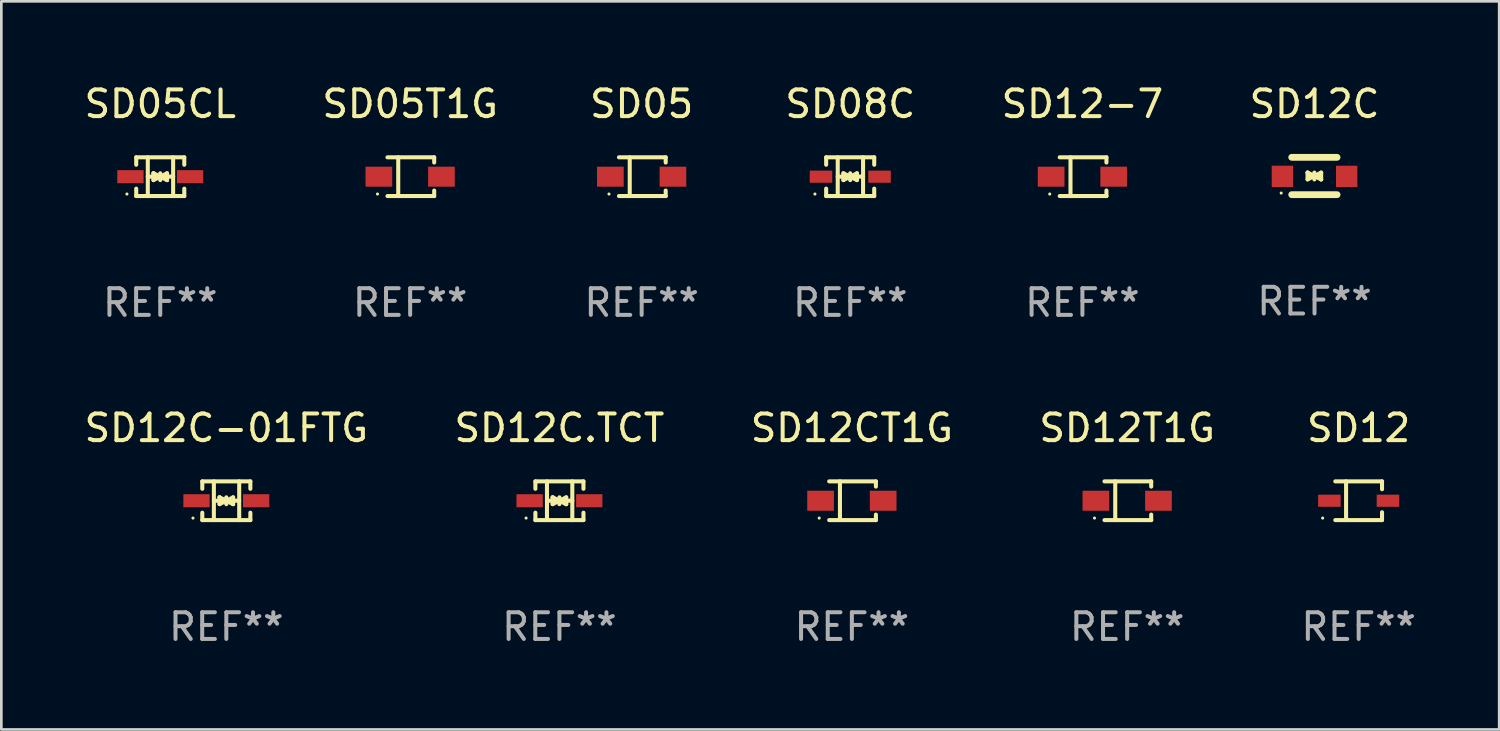
<source format=kicad_pcb>
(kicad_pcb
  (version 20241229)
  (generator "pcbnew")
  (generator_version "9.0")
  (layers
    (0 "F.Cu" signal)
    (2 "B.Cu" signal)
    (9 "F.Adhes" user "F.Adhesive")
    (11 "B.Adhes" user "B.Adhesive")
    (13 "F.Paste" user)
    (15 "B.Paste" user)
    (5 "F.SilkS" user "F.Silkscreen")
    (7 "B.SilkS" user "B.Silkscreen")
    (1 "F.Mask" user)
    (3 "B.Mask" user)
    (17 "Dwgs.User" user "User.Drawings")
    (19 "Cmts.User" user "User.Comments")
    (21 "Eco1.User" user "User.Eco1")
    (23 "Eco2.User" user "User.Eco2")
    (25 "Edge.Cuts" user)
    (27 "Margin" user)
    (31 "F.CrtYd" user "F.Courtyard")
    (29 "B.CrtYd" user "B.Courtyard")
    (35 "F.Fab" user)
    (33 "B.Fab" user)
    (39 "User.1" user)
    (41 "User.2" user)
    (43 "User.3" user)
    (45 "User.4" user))
  (footprint "SD12-7"
    (layer "F.Cu")
    (at 37.53 3.574)
    (property "Reference" "SD12-7" (at 0 -2.726 0) (layer "F.SilkS") (effects (font (size 1 1) (thickness 0.15))))
    (attr through_hole)
    (fp_line (start -0.851 -0.726) (end 0.901 -0.726) (stroke (width 0.152) (type solid)) (layer "F.SilkS"))
    (fp_line (start -0.851 0.726) (end 0.901 0.726) (stroke (width 0.152) (type solid)) (layer "F.SilkS"))
    (fp_line (start -0.447 -0.726) (end -0.447 0.726) (stroke (width 0.152) (type solid)) (layer "F.SilkS"))
    (fp_line (start 0.901 -0.726) (end 0.901 -0.53) (stroke (width 0.152) (type solid)) (layer "F.SilkS"))
    (fp_line (start 0.901 0.726) (end 0.901 0.52) (stroke (width 0.152) (type solid)) (layer "F.SilkS"))
    (fp_circle (center -1.225 0.65) (end -1.195 0.65) (stroke (width 0.06) (type solid)) (fill no) (layer "F.SilkS"))
    (fp_text user "REF**" (at 0 4.726 0) (layer "F.Fab") (effects (font (size 1 1) (thickness 0.15))))
    (pad "1" smd rect (at -1.173 0) (size 1 0.75) (layers "F.Cu" "F.Mask" "F.Paste"))
    (pad "2" smd rect (at 1.173 0) (size 1 0.75) (layers "F.Cu" "F.Mask" "F.Paste")))
  (footprint "SD05CL"
    (layer "F.Cu")
    (at 2.958 3.574)
    (property "Reference" "SD05CL" (at 0 -2.726 0) (layer "F.SilkS") (effects (font (size 1 1) (thickness 0.15))))
    (attr through_hole)
    (fp_line (start -0.901 -0.726) (end -0.901 -0.448) (stroke (width 0.152) (type solid)) (layer "F.SilkS"))
    (fp_line (start -0.901 0.726) (end -0.901 0.448) (stroke (width 0.152) (type solid)) (layer "F.SilkS"))
    (fp_line (start -0.467 0) (end 0.483 -0.003) (stroke (width 0.154) (type solid)) (layer "F.SilkS"))
    (fp_line (start -0.467 0.726) (end -0.467 -0.726) (stroke (width 0.152) (type solid)) (layer "F.SilkS"))
    (fp_line (start -0.254 -0.127) (end -0.254 -0.127) (stroke (width 0.154) (type solid)) (layer "F.SilkS"))
    (fp_line (start -0.254 -0.127) (end -0.002 -0.003) (stroke (width 0.154) (type solid)) (layer "F.SilkS"))
    (fp_line (start -0.254 0.127) (end -0.254 -0.127) (stroke (width 0.154) (type solid)) (layer "F.SilkS"))
    (fp_line (start -0.127 0) (end 0.003 0) (stroke (width 0.154) (type solid)) (layer "F.SilkS"))
    (fp_line (start -0.003 0) (end -0.254 0.127) (stroke (width 0.154) (type solid)) (layer "F.SilkS"))
    (fp_line (start 0 -0.127) (end 0 0.127) (stroke (width 0.154) (type solid)) (layer "F.SilkS"))
    (fp_line (start 0.003 0) (end 0.254 -0.127) (stroke (width 0.154) (type solid)) (layer "F.SilkS"))
    (fp_line (start 0.127 0) (end -0.003 0) (stroke (width 0.154) (type solid)) (layer "F.SilkS"))
    (fp_line (start 0.254 -0.127) (end 0.254 0.127) (stroke (width 0.154) (type solid)) (layer "F.SilkS"))
    (fp_line (start 0.254 0.127) (end 0.002 0.003) (stroke (width 0.154) (type solid)) (layer "F.SilkS"))
    (fp_line (start 0.254 0.127) (end 0.254 0.127) (stroke (width 0.154) (type solid)) (layer "F.SilkS"))
    (fp_line (start 0.483 0.726) (end 0.483 -0.726) (stroke (width 0.152) (type solid)) (layer "F.SilkS"))
    (fp_line (start 0.901 -0.726) (end -0.901 -0.726) (stroke (width 0.152) (type solid)) (layer "F.SilkS"))
    (fp_line (start 0.901 -0.726) (end 0.901 -0.448) (stroke (width 0.152) (type solid)) (layer "F.SilkS"))
    (fp_line (start 0.901 0.726) (end -0.901 0.726) (stroke (width 0.152) (type solid)) (layer "F.SilkS"))
    (fp_line (start 0.901 0.726) (end 0.901 0.448) (stroke (width 0.152) (type solid)) (layer "F.SilkS"))
    (fp_circle (center -1.25 0.65) (end -1.22 0.65) (stroke (width 0.06) (type solid)) (fill no) (layer "F.SilkS"))
    (fp_text user "REF**" (at 0 4.726 0) (layer "F.Fab") (effects (font (size 1 1) (thickness 0.15))))
    (pad "1" smd rect (at -1.118 0) (size 0.985 0.49) (layers "F.Cu" "F.Mask" "F.Paste"))
    (pad "2" smd rect (at 1.118 0) (size 0.985 0.49) (layers "F.Cu" "F.Mask" "F.Paste")))
  (footprint "SD12T1G"
    (layer "F.Cu")
    (at 39.208 15.723)
    (property "Reference" "SD12T1G" (at 0 -2.726 0) (layer "F.SilkS") (effects (font (size 1 1) (thickness 0.15))))
    (attr through_hole)
    (fp_line (start -0.851 -0.726) (end 0.901 -0.726) (stroke (width 0.152) (type solid)) (layer "F.SilkS"))
    (fp_line (start -0.851 0.726) (end 0.901 0.726) (stroke (width 0.152) (type solid)) (layer "F.SilkS"))
    (fp_line (start -0.447 -0.726) (end -0.447 0.726) (stroke (width 0.152) (type solid)) (layer "F.SilkS"))
    (fp_line (start 0.901 -0.726) (end 0.901 -0.53) (stroke (width 0.152) (type solid)) (layer "F.SilkS"))
    (fp_line (start 0.901 0.726) (end 0.901 0.52) (stroke (width 0.152) (type solid)) (layer "F.SilkS"))
    (fp_circle (center -1.225 0.65) (end -1.195 0.65) (stroke (width 0.06) (type solid)) (fill no) (layer "F.SilkS"))
    (fp_text user "REF**" (at 0 4.726 0) (layer "F.Fab") (effects (font (size 1 1) (thickness 0.15))))
    (pad "1" smd rect (at -1.173 0) (size 1 0.75) (layers "F.Cu" "F.Mask" "F.Paste"))
    (pad "2" smd rect (at 1.173 0) (size 1 0.75) (layers "F.Cu" "F.Mask" "F.Paste")))
  (footprint "SD05"
    (layer "F.Cu")
    (at 21.006 3.574)
    (property "Reference" "SD05" (at 0 -2.726 0) (layer "F.SilkS") (effects (font (size 1 1) (thickness 0.15))))
    (attr through_hole)
    (fp_line (start -0.851 -0.726) (end 0.901 -0.726) (stroke (width 0.152) (type solid)) (layer "F.SilkS"))
    (fp_line (start -0.851 0.726) (end 0.901 0.726) (stroke (width 0.152) (type solid)) (layer "F.SilkS"))
    (fp_line (start -0.447 -0.726) (end -0.447 0.726) (stroke (width 0.152) (type solid)) (layer "F.SilkS"))
    (fp_line (start 0.901 -0.726) (end 0.901 -0.53) (stroke (width 0.152) (type solid)) (layer "F.SilkS"))
    (fp_line (start 0.901 0.726) (end 0.901 0.52) (stroke (width 0.152) (type solid)) (layer "F.SilkS"))
    (fp_circle (center -1.225 0.65) (end -1.195 0.65) (stroke (width 0.06) (type solid)) (fill no) (layer "F.SilkS"))
    (fp_text user "REF**" (at 0 4.726 0) (layer "F.Fab") (effects (font (size 1 1) (thickness 0.15))))
    (pad "1" smd rect (at -1.173 0) (size 1 0.75) (layers "F.Cu" "F.Mask" "F.Paste"))
    (pad "2" smd rect (at 1.173 0) (size 1 0.75) (layers "F.Cu" "F.Mask" "F.Paste")))
  (footprint "SD08C"
    (layer "F.Cu")
    (at 28.827 3.574)
    (property "Reference" "SD08C" (at 0 -2.726 0) (layer "F.SilkS") (effects (font (size 1 1) (thickness 0.15))))
    (attr through_hole)
    (fp_line (start -0.904 -0.726) (end -0.904 -0.448) (stroke (width 0.152) (type solid)) (layer "F.SilkS"))
    (fp_line (start -0.904 0.726) (end -0.904 0.448) (stroke (width 0.152) (type solid)) (layer "F.SilkS"))
    (fp_line (start -0.47 0) (end 0.48 -0.003) (stroke (width 0.154) (type solid)) (layer "F.SilkS"))
    (fp_line (start -0.47 0.726) (end -0.47 -0.726) (stroke (width 0.152) (type solid)) (layer "F.SilkS"))
    (fp_line (start -0.257 -0.127) (end -0.005 -0.003) (stroke (width 0.154) (type solid)) (layer "F.SilkS"))
    (fp_line (start -0.257 0.127) (end -0.257 -0.127) (stroke (width 0.154) (type solid)) (layer "F.SilkS"))
    (fp_line (start -0.13 0) (end 0 0) (stroke (width 0.154) (type solid)) (layer "F.SilkS"))
    (fp_line (start -0.006 0) (end -0.257 0.127) (stroke (width 0.154) (type solid)) (layer "F.SilkS"))
    (fp_line (start -0.003 -0.127) (end -0.003 0.127) (stroke (width 0.154) (type solid)) (layer "F.SilkS"))
    (fp_line (start 0 0) (end 0.251 -0.127) (stroke (width 0.154) (type solid)) (layer "F.SilkS"))
    (fp_line (start 0.124 0) (end -0.006 0) (stroke (width 0.154) (type solid)) (layer "F.SilkS"))
    (fp_line (start 0.251 -0.127) (end 0.251 0.127) (stroke (width 0.154) (type solid)) (layer "F.SilkS"))
    (fp_line (start 0.251 0.127) (end -0.001 0.003) (stroke (width 0.154) (type solid)) (layer "F.SilkS"))
    (fp_line (start 0.48 0.726) (end 0.48 -0.726) (stroke (width 0.152) (type solid)) (layer "F.SilkS"))
    (fp_line (start 0.898 -0.726) (end -0.904 -0.726) (stroke (width 0.152) (type solid)) (layer "F.SilkS"))
    (fp_line (start 0.898 -0.726) (end 0.898 -0.448) (stroke (width 0.152) (type solid)) (layer "F.SilkS"))
    (fp_line (start 0.898 0.726) (end -0.904 0.726) (stroke (width 0.152) (type solid)) (layer "F.SilkS"))
    (fp_line (start 0.898 0.726) (end 0.898 0.448) (stroke (width 0.152) (type solid)) (layer "F.SilkS"))
    (fp_circle (center -1.325 0.65) (end -1.295 0.65) (stroke (width 0.06) (type solid)) (fill no) (layer "F.SilkS"))
    (fp_text user "REF**" (at 0 4.726 0) (layer "F.Fab") (effects (font (size 1 1) (thickness 0.15))))
    (pad "1" smd rect (at -1.098 0 180) (size 0.845 0.455) (layers "F.Cu" "F.Mask" "F.Paste"))
    (pad "2" smd rect (at 1.098 0 180) (size 0.845 0.455) (layers "F.Cu" "F.Mask" "F.Paste")))
  (footprint "SD12CT1G"
    (layer "F.Cu")
    (at 28.887 15.723)
    (property "Reference" "SD12CT1G" (at 0 -2.726 0) (layer "F.SilkS") (effects (font (size 1 1) (thickness 0.15))))
    (attr through_hole)
    (fp_line (start -0.851 -0.726) (end 0.901 -0.726) (stroke (width 0.152) (type solid)) (layer "F.SilkS"))
    (fp_line (start -0.851 0.726) (end 0.901 0.726) (stroke (width 0.152) (type solid)) (layer "F.SilkS"))
    (fp_line (start -0.447 -0.726) (end -0.447 0.726) (stroke (width 0.152) (type solid)) (layer "F.SilkS"))
    (fp_line (start 0.901 -0.726) (end 0.901 -0.53) (stroke (width 0.152) (type solid)) (layer "F.SilkS"))
    (fp_line (start 0.901 0.726) (end 0.901 0.52) (stroke (width 0.152) (type solid)) (layer "F.SilkS"))
    (fp_circle (center -1.225 0.65) (end -1.195 0.65) (stroke (width 0.06) (type solid)) (fill no) (layer "F.SilkS"))
    (fp_text user "REF**" (at 0 4.726 0) (layer "F.Fab") (effects (font (size 1 1) (thickness 0.15))))
    (pad "1" smd rect (at -1.173 0) (size 1 0.75) (layers "F.Cu" "F.Mask" "F.Paste"))
    (pad "2" smd rect (at 1.173 0) (size 1 0.75) (layers "F.Cu" "F.Mask" "F.Paste")))
  (footprint "SD12C"
    (layer "F.Cu")
    (at 46.232 3.548)
    (property "Reference" "SD12C" (at 0 -2.7 0) (layer "F.SilkS") (effects (font (size 1 1) (thickness 0.15))))
    (attr through_hole)
    (fp_line (start -0.855 -0.7) (end 0.845 -0.7) (stroke (width 0.254) (type solid)) (layer "F.SilkS"))
    (fp_line (start -0.855 0.7) (end 0.845 0.7) (stroke (width 0.254) (type solid)) (layer "F.SilkS"))
    (fp_line (start -0.26 -0.127) (end -0.26 -0.127) (stroke (width 0.154) (type solid)) (layer "F.SilkS"))
    (fp_line (start -0.26 -0.127) (end -0.008 -0.003) (stroke (width 0.154) (type solid)) (layer "F.SilkS"))
    (fp_line (start -0.26 0.127) (end -0.26 -0.127) (stroke (width 0.154) (type solid)) (layer "F.SilkS"))
    (fp_line (start -0.133 0.000483) (end -0.003 0.000483) (stroke (width 0.154) (type solid)) (layer "F.SilkS"))
    (fp_line (start -0.009 0.000483) (end -0.26 0.127) (stroke (width 0.154) (type solid)) (layer "F.SilkS"))
    (fp_line (start -0.006 -0.127) (end -0.006 0.127) (stroke (width 0.154) (type solid)) (layer "F.SilkS"))
    (fp_line (start -0.003 0.000483) (end 0.248 -0.127) (stroke (width 0.154) (type solid)) (layer "F.SilkS"))
    (fp_line (start 0.121 0.000483) (end -0.009 0.000483) (stroke (width 0.154) (type solid)) (layer "F.SilkS"))
    (fp_line (start 0.248 -0.127) (end 0.248 0.127) (stroke (width 0.154) (type solid)) (layer "F.SilkS"))
    (fp_line (start 0.248 0.127) (end -0.004 0.004) (stroke (width 0.154) (type solid)) (layer "F.SilkS"))
    (fp_line (start 0.248 0.127) (end 0.248 0.127) (stroke (width 0.154) (type solid)) (layer "F.SilkS"))
    (fp_circle (center -1.25 0.64) (end -1.22 0.64) (stroke (width 0.06) (type solid)) (fill no) (layer "F.SilkS"))
    (fp_text user "REF**" (at 0 4.7 0) (layer "F.Fab") (effects (font (size 1 1) (thickness 0.15))))
    (pad "1" smd rect (at -1.205 0.015) (size 0.8 0.8) (layers "F.Cu" "F.Mask" "F.Paste"))
    (pad "2" smd rect (at 1.205 0.015) (size 0.8 0.8) (layers "F.Cu" "F.Mask" "F.Paste")))
  (footprint "SD12"
    (layer "F.Cu")
    (at 47.887 15.723)
    (property "Reference" "SD12" (at 0 -2.726 0) (layer "F.SilkS") (effects (font (size 1 1) (thickness 0.15))))
    (attr through_hole)
    (fp_line (start -0.876 -0.726) (end 0.876 -0.726) (stroke (width 0.152) (type solid)) (layer "F.SilkS"))
    (fp_line (start -0.876 0.726) (end 0.876 0.726) (stroke (width 0.152) (type solid)) (layer "F.SilkS"))
    (fp_line (start -0.472 -0.726) (end -0.472 0.726) (stroke (width 0.152) (type solid)) (layer "F.SilkS"))
    (fp_line (start 0.876 -0.726) (end 0.876 -0.431) (stroke (width 0.152) (type solid)) (layer "F.SilkS"))
    (fp_line (start 0.876 0.726) (end 0.876 0.431) (stroke (width 0.152) (type solid)) (layer "F.SilkS"))
    (fp_circle (center -1.35 0.65) (end -1.32 0.65) (stroke (width 0.06) (type solid)) (fill no) (layer "F.SilkS"))
    (fp_text user "REF**" (at 0 4.726 0) (layer "F.Fab") (effects (font (size 1 1) (thickness 0.15))))
    (pad "1" smd rect (at -1.098 0 180) (size 0.845 0.455) (layers "F.Cu" "F.Mask" "F.Paste"))
    (pad "2" smd rect (at 1.098 0 180) (size 0.845 0.455) (layers "F.Cu" "F.Mask" "F.Paste")))
  (footprint "SD12C.TCT"
    (layer "F.Cu")
    (at 17.923 15.723)
    (property "Reference" "SD12C.TCT" (at 0 -2.726 0) (layer "F.SilkS") (effects (font (size 1 1) (thickness 0.15))))
    (attr through_hole)
    (fp_line (start -0.901 -0.726) (end -0.901 -0.448) (stroke (width 0.152) (type solid)) (layer "F.SilkS"))
    (fp_line (start -0.901 0.726) (end -0.901 0.448) (stroke (width 0.152) (type solid)) (layer "F.SilkS"))
    (fp_line (start -0.467 0) (end 0.483 -0.003) (stroke (width 0.154) (type solid)) (layer "F.SilkS"))
    (fp_line (start -0.467 0.726) (end -0.467 -0.726) (stroke (width 0.152) (type solid)) (layer "F.SilkS"))
    (fp_line (start -0.254 -0.127) (end -0.254 -0.127) (stroke (width 0.154) (type solid)) (layer "F.SilkS"))
    (fp_line (start -0.254 -0.127) (end -0.002 -0.003) (stroke (width 0.154) (type solid)) (layer "F.SilkS"))
    (fp_line (start -0.254 0.127) (end -0.254 -0.127) (stroke (width 0.154) (type solid)) (layer "F.SilkS"))
    (fp_line (start -0.127 0) (end 0.003 0) (stroke (width 0.154) (type solid)) (layer "F.SilkS"))
    (fp_line (start -0.003 0) (end -0.254 0.127) (stroke (width 0.154) (type solid)) (layer "F.SilkS"))
    (fp_line (start 0 -0.127) (end 0 0.127) (stroke (width 0.154) (type solid)) (layer "F.SilkS"))
    (fp_line (start 0.003 0) (end 0.254 -0.127) (stroke (width 0.154) (type solid)) (layer "F.SilkS"))
    (fp_line (start 0.127 0) (end -0.003 0) (stroke (width 0.154) (type solid)) (layer "F.SilkS"))
    (fp_line (start 0.254 -0.127) (end 0.254 0.127) (stroke (width 0.154) (type solid)) (layer "F.SilkS"))
    (fp_line (start 0.254 0.127) (end 0.002 0.003) (stroke (width 0.154) (type solid)) (layer "F.SilkS"))
    (fp_line (start 0.254 0.127) (end 0.254 0.127) (stroke (width 0.154) (type solid)) (layer "F.SilkS"))
    (fp_line (start 0.483 0.726) (end 0.483 -0.726) (stroke (width 0.152) (type solid)) (layer "F.SilkS"))
    (fp_line (start 0.901 -0.726) (end -0.901 -0.726) (stroke (width 0.152) (type solid)) (layer "F.SilkS"))
    (fp_line (start 0.901 -0.726) (end 0.901 -0.448) (stroke (width 0.152) (type solid)) (layer "F.SilkS"))
    (fp_line (start 0.901 0.726) (end -0.901 0.726) (stroke (width 0.152) (type solid)) (layer "F.SilkS"))
    (fp_line (start 0.901 0.726) (end 0.901 0.448) (stroke (width 0.152) (type solid)) (layer "F.SilkS"))
    (fp_circle (center -1.25 0.65) (end -1.22 0.65) (stroke (width 0.06) (type solid)) (fill no) (layer "F.SilkS"))
    (fp_text user "REF**" (at 0 4.726 0) (layer "F.Fab") (effects (font (size 1 1) (thickness 0.15))))
    (pad "1" smd rect (at -1.118 0) (size 0.985 0.49) (layers "F.Cu" "F.Mask" "F.Paste"))
    (pad "2" smd rect (at 1.118 0) (size 0.985 0.49) (layers "F.Cu" "F.Mask" "F.Paste")))
  (footprint "SD05T1G"
    (layer "F.Cu")
    (at 12.327 3.574)
    (property "Reference" "SD05T1G" (at 0 -2.726 0) (layer "F.SilkS") (effects (font (size 1 1) (thickness 0.15))))
    (attr through_hole)
    (fp_line (start -0.851 -0.726) (end 0.901 -0.726) (stroke (width 0.152) (type solid)) (layer "F.SilkS"))
    (fp_line (start -0.851 0.726) (end 0.901 0.726) (stroke (width 0.152) (type solid)) (layer "F.SilkS"))
    (fp_line (start -0.447 -0.726) (end -0.447 0.726) (stroke (width 0.152) (type solid)) (layer "F.SilkS"))
    (fp_line (start 0.901 -0.726) (end 0.901 -0.53) (stroke (width 0.152) (type solid)) (layer "F.SilkS"))
    (fp_line (start 0.901 0.726) (end 0.901 0.52) (stroke (width 0.152) (type solid)) (layer "F.SilkS"))
    (fp_circle (center -1.225 0.65) (end -1.195 0.65) (stroke (width 0.06) (type solid)) (fill no) (layer "F.SilkS"))
    (fp_text user "REF**" (at 0 4.726 0) (layer "F.Fab") (effects (font (size 1 1) (thickness 0.15))))
    (pad "1" smd rect (at -1.173 0) (size 1 0.75) (layers "F.Cu" "F.Mask" "F.Paste"))
    (pad "2" smd rect (at 1.173 0) (size 1 0.75) (layers "F.Cu" "F.Mask" "F.Paste")))
  (footprint "SD12C-01FTG"
    (layer "F.Cu")
    (at 5.435 15.723)
    (property "Reference" "SD12C-01FTG" (at 0 -2.726 0) (layer "F.SilkS") (effects (font (size 1 1) (thickness 0.15))))
    (attr through_hole)
    (fp_line (start -0.901 -0.726) (end -0.901 -0.448) (stroke (width 0.152) (type solid)) (layer "F.SilkS"))
    (fp_line (start -0.901 0.726) (end -0.901 0.448) (stroke (width 0.152) (type solid)) (layer "F.SilkS"))
    (fp_line (start -0.467 0) (end 0.483 -0.003) (stroke (width 0.154) (type solid)) (layer "F.SilkS"))
    (fp_line (start -0.467 0.726) (end -0.467 -0.726) (stroke (width 0.152) (type solid)) (layer "F.SilkS"))
    (fp_line (start -0.254 -0.127) (end -0.254 -0.127) (stroke (width 0.154) (type solid)) (layer "F.SilkS"))
    (fp_line (start -0.254 -0.127) (end -0.002 -0.003) (stroke (width 0.154) (type solid)) (layer "F.SilkS"))
    (fp_line (start -0.254 0.127) (end -0.254 -0.127) (stroke (width 0.154) (type solid)) (layer "F.SilkS"))
    (fp_line (start -0.127 0) (end 0.003 0) (stroke (width 0.154) (type solid)) (layer "F.SilkS"))
    (fp_line (start -0.003 0) (end -0.254 0.127) (stroke (width 0.154) (type solid)) (layer "F.SilkS"))
    (fp_line (start 0 -0.127) (end 0 0.127) (stroke (width 0.154) (type solid)) (layer "F.SilkS"))
    (fp_line (start 0.003 0) (end 0.254 -0.127) (stroke (width 0.154) (type solid)) (layer "F.SilkS"))
    (fp_line (start 0.127 0) (end -0.003 0) (stroke (width 0.154) (type solid)) (layer "F.SilkS"))
    (fp_line (start 0.254 -0.127) (end 0.254 0.127) (stroke (width 0.154) (type solid)) (layer "F.SilkS"))
    (fp_line (start 0.254 0.127) (end 0.002 0.003) (stroke (width 0.154) (type solid)) (layer "F.SilkS"))
    (fp_line (start 0.254 0.127) (end 0.254 0.127) (stroke (width 0.154) (type solid)) (layer "F.SilkS"))
    (fp_line (start 0.483 0.726) (end 0.483 -0.726) (stroke (width 0.152) (type solid)) (layer "F.SilkS"))
    (fp_line (start 0.901 -0.726) (end -0.901 -0.726) (stroke (width 0.152) (type solid)) (layer "F.SilkS"))
    (fp_line (start 0.901 -0.726) (end 0.901 -0.448) (stroke (width 0.152) (type solid)) (layer "F.SilkS"))
    (fp_line (start 0.901 0.726) (end -0.901 0.726) (stroke (width 0.152) (type solid)) (layer "F.SilkS"))
    (fp_line (start 0.901 0.726) (end 0.901 0.448) (stroke (width 0.152) (type solid)) (layer "F.SilkS"))
    (fp_circle (center -1.25 0.65) (end -1.22 0.65) (stroke (width 0.06) (type solid)) (fill no) (layer "F.SilkS"))
    (fp_text user "REF**" (at 0 4.726 0) (layer "F.Fab") (effects (font (size 1 1) (thickness 0.15))))
    (pad "1" smd rect (at -1.118 0) (size 0.985 0.49) (layers "F.Cu" "F.Mask" "F.Paste"))
    (pad "2" smd rect (at 1.118 0) (size 0.985 0.49) (layers "F.Cu" "F.Mask" "F.Paste")))
  (gr_rect
    (start -3 -3)
    (end 53.155 24.298)
    (stroke (width 0.1) (type default))
    (fill no)
    (layer "Edge.Cuts")))
</source>
